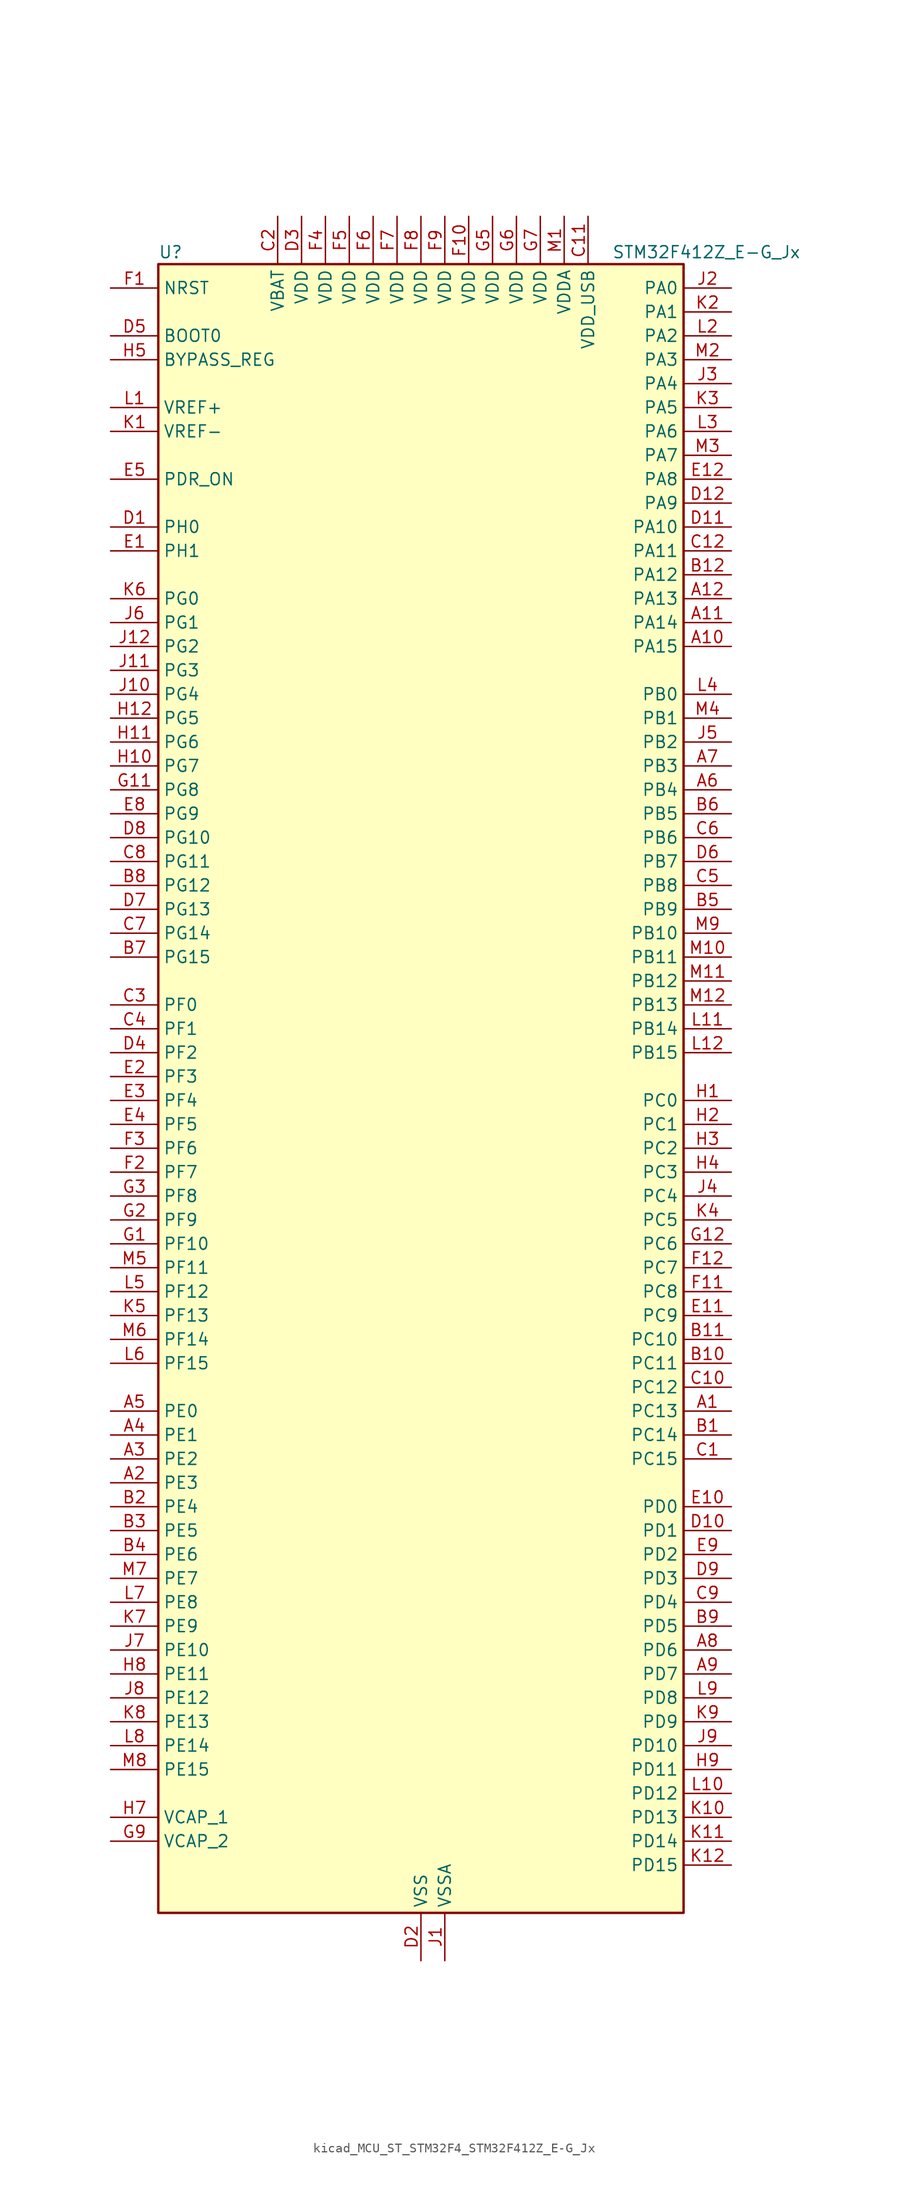
<source format=kicad_sym>
(kicad_symbol_lib
  (version 20220914)
  (generator kicad_symbol_editor)
  (symbol "kicad_MCU_ST_STM32F4_STM32F412Z_E-G_Jx"
    (property "Reference" "U"
      (at -27.94 90.17 0)
      (effects (font (size 1.27 1.27)) (justify left)))
    (property "Value" "STM32F412Z_E-G_Jx"
      (at 20.32 90.17 0)
      (effects (font (size 1.27 1.27)) (justify left)))
    (property "ki_locked" ""
      (at 0 0 0)
      (effects (font (size 1.27 1.27))))
    (symbol "kicad_MCU_ST_STM32F4_STM32F412Z_E-G_Jx_0_1"
      (rectangle (start -27.94 -86.36) (end 27.94 88.9) (stroke (width 0.254) (type default)) (fill (type background))))
    (symbol "kicad_MCU_ST_STM32F4_STM32F412Z_E-G_Jx_1_1"
      (pin bidirectional line (at 33.02 -33.02 180) (length 5.08) (name "PC13" (effects (font (size 1.27 1.27)))) (number "A1" (effects (font (size 1.27 1.27)))) (alternate "RTC_AF1" bidirectional line))
      (pin bidirectional line (at 33.02 48.26 180) (length 5.08) (name "PA15" (effects (font (size 1.27 1.27)))) (number "A10" (effects (font (size 1.27 1.27)))) (alternate "ADC1_EXTI15" bidirectional line) (alternate "I2S1_WS" bidirectional line) (alternate "I2S3_WS" bidirectional line) (alternate "SPI1_NSS" bidirectional line) (alternate "SPI3_NSS" bidirectional line) (alternate "SYS_JTDI" bidirectional line) (alternate "TIM2_CH1" bidirectional line) (alternate "TIM2_ETR" bidirectional line) (alternate "USART1_TX" bidirectional line))
      (pin bidirectional line (at 33.02 50.8 180) (length 5.08) (name "PA14" (effects (font (size 1.27 1.27)))) (number "A11" (effects (font (size 1.27 1.27)))) (alternate "SYS_JTCK-SWCLK" bidirectional line))
      (pin bidirectional line (at 33.02 53.34 180) (length 5.08) (name "PA13" (effects (font (size 1.27 1.27)))) (number "A12" (effects (font (size 1.27 1.27)))) (alternate "SYS_JTMS-SWDIO" bidirectional line))
      (pin bidirectional line (at -33.02 -40.64 0) (length 5.08) (name "PE3" (effects (font (size 1.27 1.27)))) (number "A2" (effects (font (size 1.27 1.27)))) (alternate "FSMC_A19" bidirectional line) (alternate "SYS_TRACED0" bidirectional line))
      (pin bidirectional line (at -33.02 -38.1 0) (length 5.08) (name "PE2" (effects (font (size 1.27 1.27)))) (number "A3" (effects (font (size 1.27 1.27)))) (alternate "FSMC_A23" bidirectional line) (alternate "I2S4_CK" bidirectional line) (alternate "I2S5_CK" bidirectional line) (alternate "QUADSPI_BK1_IO2" bidirectional line) (alternate "SPI4_SCK" bidirectional line) (alternate "SPI5_SCK" bidirectional line) (alternate "SYS_TRACECLK" bidirectional line))
      (pin bidirectional line (at -33.02 -35.56 0) (length 5.08) (name "PE1" (effects (font (size 1.27 1.27)))) (number "A4" (effects (font (size 1.27 1.27)))) (alternate "FSMC_NBL1" bidirectional line))
      (pin bidirectional line (at -33.02 -33.02 0) (length 5.08) (name "PE0" (effects (font (size 1.27 1.27)))) (number "A5" (effects (font (size 1.27 1.27)))) (alternate "FSMC_NBL0" bidirectional line) (alternate "TIM4_ETR" bidirectional line))
      (pin bidirectional line (at 33.02 33.02 180) (length 5.08) (name "PB4" (effects (font (size 1.27 1.27)))) (number "A6" (effects (font (size 1.27 1.27)))) (alternate "I2C3_SDA" bidirectional line) (alternate "I2S3_ext_SD" bidirectional line) (alternate "SDIO_D0" bidirectional line) (alternate "SPI1_MISO" bidirectional line) (alternate "SPI3_MISO" bidirectional line) (alternate "SYS_JTRST" bidirectional line) (alternate "TIM3_CH1" bidirectional line))
      (pin bidirectional line (at 33.02 35.56 180) (length 5.08) (name "PB3" (effects (font (size 1.27 1.27)))) (number "A7" (effects (font (size 1.27 1.27)))) (alternate "FMPI2C1_SDA" bidirectional line) (alternate "I2C2_SDA" bidirectional line) (alternate "I2S1_CK" bidirectional line) (alternate "I2S3_CK" bidirectional line) (alternate "SPI1_SCK" bidirectional line) (alternate "SPI3_SCK" bidirectional line) (alternate "SYS_JTDO-SWO" bidirectional line) (alternate "TIM2_CH2" bidirectional line) (alternate "USART1_RX" bidirectional line))
      (pin bidirectional line (at 33.02 -58.42 180) (length 5.08) (name "PD6" (effects (font (size 1.27 1.27)))) (number "A8" (effects (font (size 1.27 1.27)))) (alternate "DFSDM1_DATIN1" bidirectional line) (alternate "FSMC_NWAIT" bidirectional line) (alternate "I2S3_SD" bidirectional line) (alternate "SPI3_MOSI" bidirectional line) (alternate "USART2_RX" bidirectional line))
      (pin bidirectional line (at 33.02 -60.96 180) (length 5.08) (name "PD7" (effects (font (size 1.27 1.27)))) (number "A9" (effects (font (size 1.27 1.27)))) (alternate "DFSDM1_CKIN1" bidirectional line) (alternate "FSMC_NE1" bidirectional line) (alternate "USART2_CK" bidirectional line))
      (pin bidirectional line (at 33.02 -35.56 180) (length 5.08) (name "PC14" (effects (font (size 1.27 1.27)))) (number "B1" (effects (font (size 1.27 1.27)))) (alternate "RCC_OSC32_IN" bidirectional line))
      (pin bidirectional line (at 33.02 -27.94 180) (length 5.08) (name "PC11" (effects (font (size 1.27 1.27)))) (number "B10" (effects (font (size 1.27 1.27)))) (alternate "ADC1_EXTI11" bidirectional line) (alternate "FSMC_D2" bidirectional line) (alternate "FSMC_DA2" bidirectional line) (alternate "I2S3_ext_SD" bidirectional line) (alternate "QUADSPI_BK2_NCS" bidirectional line) (alternate "SDIO_D3" bidirectional line) (alternate "SPI3_MISO" bidirectional line) (alternate "USART3_RX" bidirectional line))
      (pin bidirectional line (at 33.02 -25.4 180) (length 5.08) (name "PC10" (effects (font (size 1.27 1.27)))) (number "B11" (effects (font (size 1.27 1.27)))) (alternate "I2S3_CK" bidirectional line) (alternate "QUADSPI_BK1_IO1" bidirectional line) (alternate "SDIO_D2" bidirectional line) (alternate "SPI3_SCK" bidirectional line) (alternate "USART3_TX" bidirectional line))
      (pin bidirectional line (at 33.02 55.88 180) (length 5.08) (name "PA12" (effects (font (size 1.27 1.27)))) (number "B12" (effects (font (size 1.27 1.27)))) (alternate "CAN1_TX" bidirectional line) (alternate "SPI5_MISO" bidirectional line) (alternate "TIM1_ETR" bidirectional line) (alternate "USART1_RTS" bidirectional line) (alternate "USART6_RX" bidirectional line) (alternate "USB_OTG_FS_DP" bidirectional line))
      (pin bidirectional line (at -33.02 -43.18 0) (length 5.08) (name "PE4" (effects (font (size 1.27 1.27)))) (number "B2" (effects (font (size 1.27 1.27)))) (alternate "DFSDM1_DATIN3" bidirectional line) (alternate "FSMC_A20" bidirectional line) (alternate "I2S4_WS" bidirectional line) (alternate "I2S5_WS" bidirectional line) (alternate "SPI4_NSS" bidirectional line) (alternate "SPI5_NSS" bidirectional line) (alternate "SYS_TRACED1" bidirectional line))
      (pin bidirectional line (at -33.02 -45.72 0) (length 5.08) (name "PE5" (effects (font (size 1.27 1.27)))) (number "B3" (effects (font (size 1.27 1.27)))) (alternate "DFSDM1_CKIN3" bidirectional line) (alternate "FSMC_A21" bidirectional line) (alternate "SPI4_MISO" bidirectional line) (alternate "SPI5_MISO" bidirectional line) (alternate "SYS_TRACED2" bidirectional line) (alternate "TIM9_CH1" bidirectional line))
      (pin bidirectional line (at -33.02 -48.26 0) (length 5.08) (name "PE6" (effects (font (size 1.27 1.27)))) (number "B4" (effects (font (size 1.27 1.27)))) (alternate "FSMC_A22" bidirectional line) (alternate "I2S4_SD" bidirectional line) (alternate "I2S5_SD" bidirectional line) (alternate "SPI4_MOSI" bidirectional line) (alternate "SPI5_MOSI" bidirectional line) (alternate "SYS_TRACED3" bidirectional line) (alternate "TIM9_CH2" bidirectional line))
      (pin bidirectional line (at 33.02 20.32 180) (length 5.08) (name "PB9" (effects (font (size 1.27 1.27)))) (number "B5" (effects (font (size 1.27 1.27)))) (alternate "CAN1_TX" bidirectional line) (alternate "I2C1_SDA" bidirectional line) (alternate "I2C2_SDA" bidirectional line) (alternate "I2S2_WS" bidirectional line) (alternate "SDIO_D5" bidirectional line) (alternate "SPI2_NSS" bidirectional line) (alternate "TIM11_CH1" bidirectional line) (alternate "TIM4_CH4" bidirectional line))
      (pin bidirectional line (at 33.02 30.48 180) (length 5.08) (name "PB5" (effects (font (size 1.27 1.27)))) (number "B6" (effects (font (size 1.27 1.27)))) (alternate "CAN2_RX" bidirectional line) (alternate "I2C1_SMBA" bidirectional line) (alternate "I2S1_SD" bidirectional line) (alternate "I2S3_SD" bidirectional line) (alternate "SDIO_D3" bidirectional line) (alternate "SPI1_MOSI" bidirectional line) (alternate "SPI3_MOSI" bidirectional line) (alternate "TIM3_CH2" bidirectional line))
      (pin bidirectional line (at -33.02 15.24 0) (length 5.08) (name "PG15" (effects (font (size 1.27 1.27)))) (number "B7" (effects (font (size 1.27 1.27)))) (alternate "ADC1_EXTI15" bidirectional line) (alternate "USART6_CTS" bidirectional line))
      (pin bidirectional line (at -33.02 22.86 0) (length 5.08) (name "PG12" (effects (font (size 1.27 1.27)))) (number "B8" (effects (font (size 1.27 1.27)))) (alternate "CAN2_TX" bidirectional line) (alternate "FSMC_NE4" bidirectional line) (alternate "USART6_RTS" bidirectional line))
      (pin bidirectional line (at 33.02 -55.88 180) (length 5.08) (name "PD5" (effects (font (size 1.27 1.27)))) (number "B9" (effects (font (size 1.27 1.27)))) (alternate "FSMC_NWE" bidirectional line) (alternate "USART2_TX" bidirectional line))
      (pin bidirectional line (at 33.02 -38.1 180) (length 5.08) (name "PC15" (effects (font (size 1.27 1.27)))) (number "C1" (effects (font (size 1.27 1.27)))) (alternate "ADC1_EXTI15" bidirectional line) (alternate "RCC_OSC32_OUT" bidirectional line))
      (pin bidirectional line (at 33.02 -30.48 180) (length 5.08) (name "PC12" (effects (font (size 1.27 1.27)))) (number "C10" (effects (font (size 1.27 1.27)))) (alternate "FSMC_D3" bidirectional line) (alternate "FSMC_DA3" bidirectional line) (alternate "I2S3_SD" bidirectional line) (alternate "SDIO_CK" bidirectional line) (alternate "SPI3_MOSI" bidirectional line) (alternate "USART3_CK" bidirectional line))
      (pin power_in line (at 17.78 93.98 270) (length 5.08) (name "VDD_USB" (effects (font (size 1.27 1.27)))) (number "C11" (effects (font (size 1.27 1.27)))))
      (pin bidirectional line (at 33.02 58.42 180) (length 5.08) (name "PA11" (effects (font (size 1.27 1.27)))) (number "C12" (effects (font (size 1.27 1.27)))) (alternate "ADC1_EXTI11" bidirectional line) (alternate "CAN1_RX" bidirectional line) (alternate "SPI4_MISO" bidirectional line) (alternate "TIM1_CH4" bidirectional line) (alternate "USART1_CTS" bidirectional line) (alternate "USART6_TX" bidirectional line) (alternate "USB_OTG_FS_DM" bidirectional line))
      (pin power_in line (at -15.24 93.98 270) (length 5.08) (name "VBAT" (effects (font (size 1.27 1.27)))) (number "C2" (effects (font (size 1.27 1.27)))))
      (pin bidirectional line (at -33.02 10.16 0) (length 5.08) (name "PF0" (effects (font (size 1.27 1.27)))) (number "C3" (effects (font (size 1.27 1.27)))) (alternate "FSMC_A0" bidirectional line) (alternate "I2C2_SDA" bidirectional line))
      (pin bidirectional line (at -33.02 7.62 0) (length 5.08) (name "PF1" (effects (font (size 1.27 1.27)))) (number "C4" (effects (font (size 1.27 1.27)))) (alternate "FSMC_A1" bidirectional line) (alternate "I2C2_SCL" bidirectional line))
      (pin bidirectional line (at 33.02 22.86 180) (length 5.08) (name "PB8" (effects (font (size 1.27 1.27)))) (number "C5" (effects (font (size 1.27 1.27)))) (alternate "CAN1_RX" bidirectional line) (alternate "I2C1_SCL" bidirectional line) (alternate "I2C3_SDA" bidirectional line) (alternate "I2S5_SD" bidirectional line) (alternate "SDIO_D4" bidirectional line) (alternate "SPI5_MOSI" bidirectional line) (alternate "TIM10_CH1" bidirectional line) (alternate "TIM4_CH3" bidirectional line))
      (pin bidirectional line (at 33.02 27.94 180) (length 5.08) (name "PB6" (effects (font (size 1.27 1.27)))) (number "C6" (effects (font (size 1.27 1.27)))) (alternate "CAN2_TX" bidirectional line) (alternate "I2C1_SCL" bidirectional line) (alternate "QUADSPI_BK1_NCS" bidirectional line) (alternate "SDIO_D0" bidirectional line) (alternate "TIM4_CH1" bidirectional line) (alternate "USART1_TX" bidirectional line))
      (pin bidirectional line (at -33.02 17.78 0) (length 5.08) (name "PG14" (effects (font (size 1.27 1.27)))) (number "C7" (effects (font (size 1.27 1.27)))) (alternate "FSMC_A25" bidirectional line) (alternate "QUADSPI_BK2_IO3" bidirectional line) (alternate "SYS_TRACED3" bidirectional line) (alternate "USART6_TX" bidirectional line))
      (pin bidirectional line (at -33.02 25.4 0) (length 5.08) (name "PG11" (effects (font (size 1.27 1.27)))) (number "C8" (effects (font (size 1.27 1.27)))) (alternate "ADC1_EXTI11" bidirectional line) (alternate "CAN2_RX" bidirectional line))
      (pin bidirectional line (at 33.02 -53.34 180) (length 5.08) (name "PD4" (effects (font (size 1.27 1.27)))) (number "C9" (effects (font (size 1.27 1.27)))) (alternate "DFSDM1_CKIN0" bidirectional line) (alternate "FSMC_NOE" bidirectional line) (alternate "USART2_RTS" bidirectional line))
      (pin bidirectional line (at -33.02 60.96 0) (length 5.08) (name "PH0" (effects (font (size 1.27 1.27)))) (number "D1" (effects (font (size 1.27 1.27)))) (alternate "RCC_OSC_IN" bidirectional line))
      (pin bidirectional line (at 33.02 -45.72 180) (length 5.08) (name "PD1" (effects (font (size 1.27 1.27)))) (number "D10" (effects (font (size 1.27 1.27)))) (alternate "CAN1_TX" bidirectional line) (alternate "FSMC_D3" bidirectional line) (alternate "FSMC_DA3" bidirectional line))
      (pin bidirectional line (at 33.02 60.96 180) (length 5.08) (name "PA10" (effects (font (size 1.27 1.27)))) (number "D11" (effects (font (size 1.27 1.27)))) (alternate "I2S5_SD" bidirectional line) (alternate "SPI5_MOSI" bidirectional line) (alternate "TIM1_CH3" bidirectional line) (alternate "USART1_RX" bidirectional line) (alternate "USB_OTG_FS_ID" bidirectional line))
      (pin bidirectional line (at 33.02 63.5 180) (length 5.08) (name "PA9" (effects (font (size 1.27 1.27)))) (number "D12" (effects (font (size 1.27 1.27)))) (alternate "I2C3_SMBA" bidirectional line) (alternate "SDIO_D2" bidirectional line) (alternate "TIM1_CH2" bidirectional line) (alternate "USART1_TX" bidirectional line) (alternate "USB_OTG_FS_VBUS" bidirectional line))
      (pin power_in line (at 0 -91.44 90) (length 5.08) (name "VSS" (effects (font (size 1.27 1.27)))) (number "D2" (effects (font (size 1.27 1.27)))))
      (pin power_in line (at -12.7 93.98 270) (length 5.08) (name "VDD" (effects (font (size 1.27 1.27)))) (number "D3" (effects (font (size 1.27 1.27)))))
      (pin bidirectional line (at -33.02 5.08 0) (length 5.08) (name "PF2" (effects (font (size 1.27 1.27)))) (number "D4" (effects (font (size 1.27 1.27)))) (alternate "FSMC_A2" bidirectional line) (alternate "I2C2_SMBA" bidirectional line))
      (pin input line (at -33.02 81.28 0) (length 5.08) (name "BOOT0" (effects (font (size 1.27 1.27)))) (number "D5" (effects (font (size 1.27 1.27)))))
      (pin bidirectional line (at 33.02 25.4 180) (length 5.08) (name "PB7" (effects (font (size 1.27 1.27)))) (number "D6" (effects (font (size 1.27 1.27)))) (alternate "FSMC_NL" bidirectional line) (alternate "I2C1_SDA" bidirectional line) (alternate "TIM4_CH2" bidirectional line) (alternate "USART1_RX" bidirectional line))
      (pin bidirectional line (at -33.02 20.32 0) (length 5.08) (name "PG13" (effects (font (size 1.27 1.27)))) (number "D7" (effects (font (size 1.27 1.27)))) (alternate "FSMC_A24" bidirectional line) (alternate "SYS_TRACED2" bidirectional line) (alternate "USART6_CTS" bidirectional line))
      (pin bidirectional line (at -33.02 27.94 0) (length 5.08) (name "PG10" (effects (font (size 1.27 1.27)))) (number "D8" (effects (font (size 1.27 1.27)))) (alternate "FSMC_NE3" bidirectional line))
      (pin bidirectional line (at 33.02 -50.8 180) (length 5.08) (name "PD3" (effects (font (size 1.27 1.27)))) (number "D9" (effects (font (size 1.27 1.27)))) (alternate "DFSDM1_DATIN0" bidirectional line) (alternate "FSMC_CLK" bidirectional line) (alternate "I2S2_CK" bidirectional line) (alternate "QUADSPI_CLK" bidirectional line) (alternate "SPI2_SCK" bidirectional line) (alternate "SYS_TRACED1" bidirectional line) (alternate "USART2_CTS" bidirectional line))
      (pin bidirectional line (at -33.02 58.42 0) (length 5.08) (name "PH1" (effects (font (size 1.27 1.27)))) (number "E1" (effects (font (size 1.27 1.27)))) (alternate "RCC_OSC_OUT" bidirectional line))
      (pin bidirectional line (at 33.02 -43.18 180) (length 5.08) (name "PD0" (effects (font (size 1.27 1.27)))) (number "E10" (effects (font (size 1.27 1.27)))) (alternate "CAN1_RX" bidirectional line) (alternate "FSMC_D2" bidirectional line) (alternate "FSMC_DA2" bidirectional line))
      (pin bidirectional line (at 33.02 -22.86 180) (length 5.08) (name "PC9" (effects (font (size 1.27 1.27)))) (number "E11" (effects (font (size 1.27 1.27)))) (alternate "I2C3_SDA" bidirectional line) (alternate "I2S_CKIN" bidirectional line) (alternate "QUADSPI_BK1_IO0" bidirectional line) (alternate "RCC_MCO_2" bidirectional line) (alternate "SDIO_D1" bidirectional line) (alternate "TIM3_CH4" bidirectional line) (alternate "TIM8_CH4" bidirectional line))
      (pin bidirectional line (at 33.02 66.04 180) (length 5.08) (name "PA8" (effects (font (size 1.27 1.27)))) (number "E12" (effects (font (size 1.27 1.27)))) (alternate "I2C3_SCL" bidirectional line) (alternate "RCC_MCO_1" bidirectional line) (alternate "SDIO_D1" bidirectional line) (alternate "TIM1_CH1" bidirectional line) (alternate "USART1_CK" bidirectional line) (alternate "USB_OTG_FS_SOF" bidirectional line))
      (pin bidirectional line (at -33.02 2.54 0) (length 5.08) (name "PF3" (effects (font (size 1.27 1.27)))) (number "E2" (effects (font (size 1.27 1.27)))) (alternate "FSMC_A3" bidirectional line) (alternate "TIM5_CH1" bidirectional line))
      (pin bidirectional line (at -33.02 0 0) (length 5.08) (name "PF4" (effects (font (size 1.27 1.27)))) (number "E3" (effects (font (size 1.27 1.27)))) (alternate "FSMC_A4" bidirectional line) (alternate "TIM5_CH2" bidirectional line))
      (pin bidirectional line (at -33.02 -2.54 0) (length 5.08) (name "PF5" (effects (font (size 1.27 1.27)))) (number "E4" (effects (font (size 1.27 1.27)))) (alternate "FSMC_A5" bidirectional line) (alternate "TIM5_CH3" bidirectional line))
      (pin input line (at -33.02 66.04 0) (length 5.08) (name "PDR_ON" (effects (font (size 1.27 1.27)))) (number "E5" (effects (font (size 1.27 1.27)))))
      (pin passive line (at 0 -91.44 90) (length 5.08) hide (name "VSS" (effects (font (size 1.27 1.27)))) (number "E6" (effects (font (size 1.27 1.27)))))
      (pin passive line (at 0 -91.44 90) (length 5.08) hide (name "VSS" (effects (font (size 1.27 1.27)))) (number "E7" (effects (font (size 1.27 1.27)))))
      (pin bidirectional line (at -33.02 30.48 0) (length 5.08) (name "PG9" (effects (font (size 1.27 1.27)))) (number "E8" (effects (font (size 1.27 1.27)))) (alternate "FSMC_NE2" bidirectional line) (alternate "QUADSPI_BK2_IO2" bidirectional line) (alternate "USART6_RX" bidirectional line))
      (pin bidirectional line (at 33.02 -48.26 180) (length 5.08) (name "PD2" (effects (font (size 1.27 1.27)))) (number "E9" (effects (font (size 1.27 1.27)))) (alternate "FSMC_NWE" bidirectional line) (alternate "SDIO_CMD" bidirectional line) (alternate "TIM3_ETR" bidirectional line))
      (pin input line (at -33.02 86.36 0) (length 5.08) (name "NRST" (effects (font (size 1.27 1.27)))) (number "F1" (effects (font (size 1.27 1.27)))))
      (pin power_in line (at 5.08 93.98 270) (length 5.08) (name "VDD" (effects (font (size 1.27 1.27)))) (number "F10" (effects (font (size 1.27 1.27)))))
      (pin bidirectional line (at 33.02 -20.32 180) (length 5.08) (name "PC8" (effects (font (size 1.27 1.27)))) (number "F11" (effects (font (size 1.27 1.27)))) (alternate "QUADSPI_BK1_IO2" bidirectional line) (alternate "SDIO_D0" bidirectional line) (alternate "TIM3_CH3" bidirectional line) (alternate "TIM8_CH3" bidirectional line) (alternate "USART6_CK" bidirectional line))
      (pin bidirectional line (at 33.02 -17.78 180) (length 5.08) (name "PC7" (effects (font (size 1.27 1.27)))) (number "F12" (effects (font (size 1.27 1.27)))) (alternate "DFSDM1_DATIN3" bidirectional line) (alternate "FMPI2C1_SDA" bidirectional line) (alternate "I2S2_CK" bidirectional line) (alternate "I2S3_MCK" bidirectional line) (alternate "SDIO_D7" bidirectional line) (alternate "SPI2_SCK" bidirectional line) (alternate "TIM3_CH2" bidirectional line) (alternate "TIM8_CH2" bidirectional line) (alternate "USART6_RX" bidirectional line))
      (pin bidirectional line (at -33.02 -7.62 0) (length 5.08) (name "PF7" (effects (font (size 1.27 1.27)))) (number "F2" (effects (font (size 1.27 1.27)))) (alternate "QUADSPI_BK1_IO2" bidirectional line) (alternate "SYS_TRACED1" bidirectional line) (alternate "TIM11_CH1" bidirectional line))
      (pin bidirectional line (at -33.02 -5.08 0) (length 5.08) (name "PF6" (effects (font (size 1.27 1.27)))) (number "F3" (effects (font (size 1.27 1.27)))) (alternate "QUADSPI_BK1_IO3" bidirectional line) (alternate "SYS_TRACED0" bidirectional line) (alternate "TIM10_CH1" bidirectional line))
      (pin power_in line (at -10.16 93.98 270) (length 5.08) (name "VDD" (effects (font (size 1.27 1.27)))) (number "F4" (effects (font (size 1.27 1.27)))))
      (pin power_in line (at -7.62 93.98 270) (length 5.08) (name "VDD" (effects (font (size 1.27 1.27)))) (number "F5" (effects (font (size 1.27 1.27)))))
      (pin power_in line (at -5.08 93.98 270) (length 5.08) (name "VDD" (effects (font (size 1.27 1.27)))) (number "F6" (effects (font (size 1.27 1.27)))))
      (pin power_in line (at -2.54 93.98 270) (length 5.08) (name "VDD" (effects (font (size 1.27 1.27)))) (number "F7" (effects (font (size 1.27 1.27)))))
      (pin power_in line (at 0 93.98 270) (length 5.08) (name "VDD" (effects (font (size 1.27 1.27)))) (number "F8" (effects (font (size 1.27 1.27)))))
      (pin power_in line (at 2.54 93.98 270) (length 5.08) (name "VDD" (effects (font (size 1.27 1.27)))) (number "F9" (effects (font (size 1.27 1.27)))))
      (pin bidirectional line (at -33.02 -15.24 0) (length 5.08) (name "PF10" (effects (font (size 1.27 1.27)))) (number "G1" (effects (font (size 1.27 1.27)))) (alternate "TIM1_ETR" bidirectional line) (alternate "TIM5_CH4" bidirectional line))
      (pin passive line (at 0 -91.44 90) (length 5.08) hide (name "VSS" (effects (font (size 1.27 1.27)))) (number "G10" (effects (font (size 1.27 1.27)))))
      (pin bidirectional line (at -33.02 33.02 0) (length 5.08) (name "PG8" (effects (font (size 1.27 1.27)))) (number "G11" (effects (font (size 1.27 1.27)))) (alternate "USART6_RTS" bidirectional line))
      (pin bidirectional line (at 33.02 -15.24 180) (length 5.08) (name "PC6" (effects (font (size 1.27 1.27)))) (number "G12" (effects (font (size 1.27 1.27)))) (alternate "DFSDM1_CKIN3" bidirectional line) (alternate "FMPI2C1_SCL" bidirectional line) (alternate "FSMC_D1" bidirectional line) (alternate "FSMC_DA1" bidirectional line) (alternate "I2S2_MCK" bidirectional line) (alternate "SDIO_D6" bidirectional line) (alternate "TIM3_CH1" bidirectional line) (alternate "TIM8_CH1" bidirectional line) (alternate "USART6_TX" bidirectional line))
      (pin bidirectional line (at -33.02 -12.7 0) (length 5.08) (name "PF9" (effects (font (size 1.27 1.27)))) (number "G2" (effects (font (size 1.27 1.27)))) (alternate "QUADSPI_BK1_IO1" bidirectional line) (alternate "TIM14_CH1" bidirectional line))
      (pin bidirectional line (at -33.02 -10.16 0) (length 5.08) (name "PF8" (effects (font (size 1.27 1.27)))) (number "G3" (effects (font (size 1.27 1.27)))) (alternate "QUADSPI_BK1_IO0" bidirectional line) (alternate "TIM13_CH1" bidirectional line))
      (pin passive line (at 0 -91.44 90) (length 5.08) hide (name "VSS" (effects (font (size 1.27 1.27)))) (number "G4" (effects (font (size 1.27 1.27)))))
      (pin power_in line (at 7.62 93.98 270) (length 5.08) (name "VDD" (effects (font (size 1.27 1.27)))) (number "G5" (effects (font (size 1.27 1.27)))))
      (pin power_in line (at 10.16 93.98 270) (length 5.08) (name "VDD" (effects (font (size 1.27 1.27)))) (number "G6" (effects (font (size 1.27 1.27)))))
      (pin power_in line (at 12.7 93.98 270) (length 5.08) (name "VDD" (effects (font (size 1.27 1.27)))) (number "G7" (effects (font (size 1.27 1.27)))))
      (pin passive line (at 0 -91.44 90) (length 5.08) hide (name "VSS" (effects (font (size 1.27 1.27)))) (number "G8" (effects (font (size 1.27 1.27)))))
      (pin power_out line (at -33.02 -78.74 0) (length 5.08) (name "VCAP_2" (effects (font (size 1.27 1.27)))) (number "G9" (effects (font (size 1.27 1.27)))))
      (pin bidirectional line (at 33.02 0 180) (length 5.08) (name "PC0" (effects (font (size 1.27 1.27)))) (number "H1" (effects (font (size 1.27 1.27)))) (alternate "ADC1_IN10" bidirectional line) (alternate "SYS_WKUP2" bidirectional line))
      (pin bidirectional line (at -33.02 35.56 0) (length 5.08) (name "PG7" (effects (font (size 1.27 1.27)))) (number "H10" (effects (font (size 1.27 1.27)))) (alternate "USART6_CK" bidirectional line))
      (pin bidirectional line (at -33.02 38.1 0) (length 5.08) (name "PG6" (effects (font (size 1.27 1.27)))) (number "H11" (effects (font (size 1.27 1.27)))) (alternate "QUADSPI_BK1_NCS" bidirectional line))
      (pin bidirectional line (at -33.02 40.64 0) (length 5.08) (name "PG5" (effects (font (size 1.27 1.27)))) (number "H12" (effects (font (size 1.27 1.27)))) (alternate "FSMC_A15" bidirectional line))
      (pin bidirectional line (at 33.02 -2.54 180) (length 5.08) (name "PC1" (effects (font (size 1.27 1.27)))) (number "H2" (effects (font (size 1.27 1.27)))) (alternate "ADC1_IN11" bidirectional line) (alternate "SYS_WKUP3" bidirectional line))
      (pin bidirectional line (at 33.02 -5.08 180) (length 5.08) (name "PC2" (effects (font (size 1.27 1.27)))) (number "H3" (effects (font (size 1.27 1.27)))) (alternate "ADC1_IN12" bidirectional line) (alternate "DFSDM1_CKOUT" bidirectional line) (alternate "FSMC_NWE" bidirectional line) (alternate "I2S2_ext_SD" bidirectional line) (alternate "SPI2_MISO" bidirectional line))
      (pin bidirectional line (at 33.02 -7.62 180) (length 5.08) (name "PC3" (effects (font (size 1.27 1.27)))) (number "H4" (effects (font (size 1.27 1.27)))) (alternate "ADC1_IN13" bidirectional line) (alternate "FSMC_A0" bidirectional line) (alternate "I2S2_SD" bidirectional line) (alternate "SPI2_MOSI" bidirectional line))
      (pin input line (at -33.02 78.74 0) (length 5.08) (name "BYPASS_REG" (effects (font (size 1.27 1.27)))) (number "H5" (effects (font (size 1.27 1.27)))))
      (pin passive line (at 0 -91.44 90) (length 5.08) hide (name "VSS" (effects (font (size 1.27 1.27)))) (number "H6" (effects (font (size 1.27 1.27)))))
      (pin power_out line (at -33.02 -76.2 0) (length 5.08) (name "VCAP_1" (effects (font (size 1.27 1.27)))) (number "H7" (effects (font (size 1.27 1.27)))))
      (pin bidirectional line (at -33.02 -60.96 0) (length 5.08) (name "PE11" (effects (font (size 1.27 1.27)))) (number "H8" (effects (font (size 1.27 1.27)))) (alternate "ADC1_EXTI11" bidirectional line) (alternate "FSMC_D8" bidirectional line) (alternate "FSMC_DA8" bidirectional line) (alternate "I2S4_WS" bidirectional line) (alternate "I2S5_WS" bidirectional line) (alternate "SPI4_NSS" bidirectional line) (alternate "SPI5_NSS" bidirectional line) (alternate "TIM1_CH2" bidirectional line))
      (pin bidirectional line (at 33.02 -71.12 180) (length 5.08) (name "PD11" (effects (font (size 1.27 1.27)))) (number "H9" (effects (font (size 1.27 1.27)))) (alternate "ADC1_EXTI11" bidirectional line) (alternate "FMPI2C1_SMBA" bidirectional line) (alternate "FSMC_A16" bidirectional line) (alternate "QUADSPI_BK1_IO0" bidirectional line) (alternate "USART3_CTS" bidirectional line))
      (pin power_in line (at 2.54 -91.44 90) (length 5.08) (name "VSSA" (effects (font (size 1.27 1.27)))) (number "J1" (effects (font (size 1.27 1.27)))))
      (pin bidirectional line (at -33.02 43.18 0) (length 5.08) (name "PG4" (effects (font (size 1.27 1.27)))) (number "J10" (effects (font (size 1.27 1.27)))) (alternate "FSMC_A14" bidirectional line))
      (pin bidirectional line (at -33.02 45.72 0) (length 5.08) (name "PG3" (effects (font (size 1.27 1.27)))) (number "J11" (effects (font (size 1.27 1.27)))) (alternate "FSMC_A13" bidirectional line))
      (pin bidirectional line (at -33.02 48.26 0) (length 5.08) (name "PG2" (effects (font (size 1.27 1.27)))) (number "J12" (effects (font (size 1.27 1.27)))) (alternate "FSMC_A12" bidirectional line))
      (pin bidirectional line (at 33.02 86.36 180) (length 5.08) (name "PA0" (effects (font (size 1.27 1.27)))) (number "J2" (effects (font (size 1.27 1.27)))) (alternate "ADC1_IN0" bidirectional line) (alternate "SYS_WKUP1" bidirectional line) (alternate "TIM2_CH1" bidirectional line) (alternate "TIM2_ETR" bidirectional line) (alternate "TIM5_CH1" bidirectional line) (alternate "TIM8_ETR" bidirectional line) (alternate "USART2_CTS" bidirectional line))
      (pin bidirectional line (at 33.02 76.2 180) (length 5.08) (name "PA4" (effects (font (size 1.27 1.27)))) (number "J3" (effects (font (size 1.27 1.27)))) (alternate "ADC1_IN4" bidirectional line) (alternate "DFSDM1_DATIN1" bidirectional line) (alternate "FSMC_D6" bidirectional line) (alternate "FSMC_DA6" bidirectional line) (alternate "I2S1_WS" bidirectional line) (alternate "I2S3_WS" bidirectional line) (alternate "SPI1_NSS" bidirectional line) (alternate "SPI3_NSS" bidirectional line) (alternate "USART2_CK" bidirectional line))
      (pin bidirectional line (at 33.02 -10.16 180) (length 5.08) (name "PC4" (effects (font (size 1.27 1.27)))) (number "J4" (effects (font (size 1.27 1.27)))) (alternate "ADC1_IN14" bidirectional line) (alternate "FSMC_NE4" bidirectional line) (alternate "I2S1_MCK" bidirectional line) (alternate "QUADSPI_BK2_IO2" bidirectional line))
      (pin bidirectional line (at 33.02 38.1 180) (length 5.08) (name "PB2" (effects (font (size 1.27 1.27)))) (number "J5" (effects (font (size 1.27 1.27)))) (alternate "DFSDM1_CKIN0" bidirectional line) (alternate "QUADSPI_CLK" bidirectional line))
      (pin bidirectional line (at -33.02 50.8 0) (length 5.08) (name "PG1" (effects (font (size 1.27 1.27)))) (number "J6" (effects (font (size 1.27 1.27)))) (alternate "CAN1_TX" bidirectional line) (alternate "FSMC_A11" bidirectional line))
      (pin bidirectional line (at -33.02 -58.42 0) (length 5.08) (name "PE10" (effects (font (size 1.27 1.27)))) (number "J7" (effects (font (size 1.27 1.27)))) (alternate "FSMC_D7" bidirectional line) (alternate "FSMC_DA7" bidirectional line) (alternate "QUADSPI_BK2_IO3" bidirectional line) (alternate "TIM1_CH2N" bidirectional line))
      (pin bidirectional line (at -33.02 -63.5 0) (length 5.08) (name "PE12" (effects (font (size 1.27 1.27)))) (number "J8" (effects (font (size 1.27 1.27)))) (alternate "FSMC_D9" bidirectional line) (alternate "FSMC_DA9" bidirectional line) (alternate "I2S4_CK" bidirectional line) (alternate "I2S5_CK" bidirectional line) (alternate "SPI4_SCK" bidirectional line) (alternate "SPI5_SCK" bidirectional line) (alternate "TIM1_CH3N" bidirectional line))
      (pin bidirectional line (at 33.02 -68.58 180) (length 5.08) (name "PD10" (effects (font (size 1.27 1.27)))) (number "J9" (effects (font (size 1.27 1.27)))) (alternate "FSMC_D15" bidirectional line) (alternate "FSMC_DA15" bidirectional line) (alternate "USART3_CK" bidirectional line))
      (pin input line (at -33.02 71.12 0) (length 5.08) (name "VREF-" (effects (font (size 1.27 1.27)))) (number "K1" (effects (font (size 1.27 1.27)))))
      (pin bidirectional line (at 33.02 -76.2 180) (length 5.08) (name "PD13" (effects (font (size 1.27 1.27)))) (number "K10" (effects (font (size 1.27 1.27)))) (alternate "FMPI2C1_SDA" bidirectional line) (alternate "FSMC_A18" bidirectional line) (alternate "QUADSPI_BK1_IO3" bidirectional line) (alternate "TIM4_CH2" bidirectional line))
      (pin bidirectional line (at 33.02 -78.74 180) (length 5.08) (name "PD14" (effects (font (size 1.27 1.27)))) (number "K11" (effects (font (size 1.27 1.27)))) (alternate "FMPI2C1_SCL" bidirectional line) (alternate "FSMC_D0" bidirectional line) (alternate "FSMC_DA0" bidirectional line) (alternate "TIM4_CH3" bidirectional line))
      (pin bidirectional line (at 33.02 -81.28 180) (length 5.08) (name "PD15" (effects (font (size 1.27 1.27)))) (number "K12" (effects (font (size 1.27 1.27)))) (alternate "ADC1_EXTI15" bidirectional line) (alternate "FMPI2C1_SDA" bidirectional line) (alternate "FSMC_D1" bidirectional line) (alternate "FSMC_DA1" bidirectional line) (alternate "TIM4_CH4" bidirectional line))
      (pin bidirectional line (at 33.02 83.82 180) (length 5.08) (name "PA1" (effects (font (size 1.27 1.27)))) (number "K2" (effects (font (size 1.27 1.27)))) (alternate "ADC1_IN1" bidirectional line) (alternate "I2S4_SD" bidirectional line) (alternate "QUADSPI_BK1_IO3" bidirectional line) (alternate "SPI4_MOSI" bidirectional line) (alternate "TIM2_CH2" bidirectional line) (alternate "TIM5_CH2" bidirectional line) (alternate "USART2_RTS" bidirectional line))
      (pin bidirectional line (at 33.02 73.66 180) (length 5.08) (name "PA5" (effects (font (size 1.27 1.27)))) (number "K3" (effects (font (size 1.27 1.27)))) (alternate "ADC1_IN5" bidirectional line) (alternate "DFSDM1_CKIN1" bidirectional line) (alternate "FSMC_D7" bidirectional line) (alternate "FSMC_DA7" bidirectional line) (alternate "I2S1_CK" bidirectional line) (alternate "SPI1_SCK" bidirectional line) (alternate "TIM2_CH1" bidirectional line) (alternate "TIM2_ETR" bidirectional line) (alternate "TIM8_CH1N" bidirectional line))
      (pin bidirectional line (at 33.02 -12.7 180) (length 5.08) (name "PC5" (effects (font (size 1.27 1.27)))) (number "K4" (effects (font (size 1.27 1.27)))) (alternate "ADC1_IN15" bidirectional line) (alternate "FMPI2C1_SMBA" bidirectional line) (alternate "FSMC_NOE" bidirectional line) (alternate "QUADSPI_BK2_IO3" bidirectional line) (alternate "USART3_RX" bidirectional line))
      (pin bidirectional line (at -33.02 -22.86 0) (length 5.08) (name "PF13" (effects (font (size 1.27 1.27)))) (number "K5" (effects (font (size 1.27 1.27)))) (alternate "FMPI2C1_SMBA" bidirectional line) (alternate "FSMC_A7" bidirectional line))
      (pin bidirectional line (at -33.02 53.34 0) (length 5.08) (name "PG0" (effects (font (size 1.27 1.27)))) (number "K6" (effects (font (size 1.27 1.27)))) (alternate "CAN1_RX" bidirectional line) (alternate "FSMC_A10" bidirectional line))
      (pin bidirectional line (at -33.02 -55.88 0) (length 5.08) (name "PE9" (effects (font (size 1.27 1.27)))) (number "K7" (effects (font (size 1.27 1.27)))) (alternate "DFSDM1_CKOUT" bidirectional line) (alternate "FSMC_D6" bidirectional line) (alternate "FSMC_DA6" bidirectional line) (alternate "QUADSPI_BK2_IO2" bidirectional line) (alternate "TIM1_CH1" bidirectional line))
      (pin bidirectional line (at -33.02 -66.04 0) (length 5.08) (name "PE13" (effects (font (size 1.27 1.27)))) (number "K8" (effects (font (size 1.27 1.27)))) (alternate "FSMC_D10" bidirectional line) (alternate "FSMC_DA10" bidirectional line) (alternate "SPI4_MISO" bidirectional line) (alternate "SPI5_MISO" bidirectional line) (alternate "TIM1_CH3" bidirectional line))
      (pin bidirectional line (at 33.02 -66.04 180) (length 5.08) (name "PD9" (effects (font (size 1.27 1.27)))) (number "K9" (effects (font (size 1.27 1.27)))) (alternate "FSMC_D14" bidirectional line) (alternate "FSMC_DA14" bidirectional line) (alternate "USART3_RX" bidirectional line))
      (pin input line (at -33.02 73.66 0) (length 5.08) (name "VREF+" (effects (font (size 1.27 1.27)))) (number "L1" (effects (font (size 1.27 1.27)))))
      (pin bidirectional line (at 33.02 -73.66 180) (length 5.08) (name "PD12" (effects (font (size 1.27 1.27)))) (number "L10" (effects (font (size 1.27 1.27)))) (alternate "FMPI2C1_SCL" bidirectional line) (alternate "FSMC_A17" bidirectional line) (alternate "QUADSPI_BK1_IO1" bidirectional line) (alternate "TIM4_CH1" bidirectional line) (alternate "USART3_RTS" bidirectional line))
      (pin bidirectional line (at 33.02 7.62 180) (length 5.08) (name "PB14" (effects (font (size 1.27 1.27)))) (number "L11" (effects (font (size 1.27 1.27)))) (alternate "DFSDM1_DATIN2" bidirectional line) (alternate "FMPI2C1_SDA" bidirectional line) (alternate "FSMC_D0" bidirectional line) (alternate "FSMC_DA0" bidirectional line) (alternate "I2S2_ext_SD" bidirectional line) (alternate "SDIO_D6" bidirectional line) (alternate "SPI2_MISO" bidirectional line) (alternate "TIM12_CH1" bidirectional line) (alternate "TIM1_CH2N" bidirectional line) (alternate "TIM8_CH2N" bidirectional line) (alternate "USART3_RTS" bidirectional line))
      (pin bidirectional line (at 33.02 5.08 180) (length 5.08) (name "PB15" (effects (font (size 1.27 1.27)))) (number "L12" (effects (font (size 1.27 1.27)))) (alternate "ADC1_EXTI15" bidirectional line) (alternate "DFSDM1_CKIN2" bidirectional line) (alternate "FMPI2C1_SCL" bidirectional line) (alternate "I2S2_SD" bidirectional line) (alternate "RTC_REFIN" bidirectional line) (alternate "SDIO_CK" bidirectional line) (alternate "SPI2_MOSI" bidirectional line) (alternate "TIM12_CH2" bidirectional line) (alternate "TIM1_CH3N" bidirectional line) (alternate "TIM8_CH3N" bidirectional line))
      (pin bidirectional line (at 33.02 81.28 180) (length 5.08) (name "PA2" (effects (font (size 1.27 1.27)))) (number "L2" (effects (font (size 1.27 1.27)))) (alternate "ADC1_IN2" bidirectional line) (alternate "FSMC_D4" bidirectional line) (alternate "FSMC_DA4" bidirectional line) (alternate "I2S_CKIN" bidirectional line) (alternate "TIM2_CH3" bidirectional line) (alternate "TIM5_CH3" bidirectional line) (alternate "TIM9_CH1" bidirectional line) (alternate "USART2_TX" bidirectional line))
      (pin bidirectional line (at 33.02 71.12 180) (length 5.08) (name "PA6" (effects (font (size 1.27 1.27)))) (number "L3" (effects (font (size 1.27 1.27)))) (alternate "ADC1_IN6" bidirectional line) (alternate "I2S2_MCK" bidirectional line) (alternate "QUADSPI_BK2_IO0" bidirectional line) (alternate "SDIO_CMD" bidirectional line) (alternate "SPI1_MISO" bidirectional line) (alternate "TIM13_CH1" bidirectional line) (alternate "TIM1_BKIN" bidirectional line) (alternate "TIM3_CH1" bidirectional line) (alternate "TIM8_BKIN" bidirectional line))
      (pin bidirectional line (at 33.02 43.18 180) (length 5.08) (name "PB0" (effects (font (size 1.27 1.27)))) (number "L4" (effects (font (size 1.27 1.27)))) (alternate "ADC1_IN8" bidirectional line) (alternate "I2S5_CK" bidirectional line) (alternate "SPI5_SCK" bidirectional line) (alternate "TIM1_CH2N" bidirectional line) (alternate "TIM3_CH3" bidirectional line) (alternate "TIM8_CH2N" bidirectional line))
      (pin bidirectional line (at -33.02 -20.32 0) (length 5.08) (name "PF12" (effects (font (size 1.27 1.27)))) (number "L5" (effects (font (size 1.27 1.27)))) (alternate "FSMC_A6" bidirectional line) (alternate "TIM8_BKIN" bidirectional line))
      (pin bidirectional line (at -33.02 -27.94 0) (length 5.08) (name "PF15" (effects (font (size 1.27 1.27)))) (number "L6" (effects (font (size 1.27 1.27)))) (alternate "ADC1_EXTI15" bidirectional line) (alternate "FMPI2C1_SDA" bidirectional line) (alternate "FSMC_A9" bidirectional line))
      (pin bidirectional line (at -33.02 -53.34 0) (length 5.08) (name "PE8" (effects (font (size 1.27 1.27)))) (number "L7" (effects (font (size 1.27 1.27)))) (alternate "DFSDM1_CKIN2" bidirectional line) (alternate "FSMC_D5" bidirectional line) (alternate "FSMC_DA5" bidirectional line) (alternate "QUADSPI_BK2_IO1" bidirectional line) (alternate "TIM1_CH1N" bidirectional line))
      (pin bidirectional line (at -33.02 -68.58 0) (length 5.08) (name "PE14" (effects (font (size 1.27 1.27)))) (number "L8" (effects (font (size 1.27 1.27)))) (alternate "FSMC_D11" bidirectional line) (alternate "FSMC_DA11" bidirectional line) (alternate "I2S4_SD" bidirectional line) (alternate "I2S5_SD" bidirectional line) (alternate "SPI4_MOSI" bidirectional line) (alternate "SPI5_MOSI" bidirectional line) (alternate "TIM1_CH4" bidirectional line))
      (pin bidirectional line (at 33.02 -63.5 180) (length 5.08) (name "PD8" (effects (font (size 1.27 1.27)))) (number "L9" (effects (font (size 1.27 1.27)))) (alternate "FSMC_D13" bidirectional line) (alternate "FSMC_DA13" bidirectional line) (alternate "USART3_TX" bidirectional line))
      (pin power_in line (at 15.24 93.98 270) (length 5.08) (name "VDDA" (effects (font (size 1.27 1.27)))) (number "M1" (effects (font (size 1.27 1.27)))))
      (pin bidirectional line (at 33.02 15.24 180) (length 5.08) (name "PB11" (effects (font (size 1.27 1.27)))) (number "M10" (effects (font (size 1.27 1.27)))) (alternate "ADC1_EXTI11" bidirectional line) (alternate "I2C2_SDA" bidirectional line) (alternate "I2S_CKIN" bidirectional line) (alternate "TIM2_CH4" bidirectional line) (alternate "USART3_RX" bidirectional line))
      (pin bidirectional line (at 33.02 12.7 180) (length 5.08) (name "PB12" (effects (font (size 1.27 1.27)))) (number "M11" (effects (font (size 1.27 1.27)))) (alternate "CAN2_RX" bidirectional line) (alternate "DFSDM1_DATIN1" bidirectional line) (alternate "FSMC_D13" bidirectional line) (alternate "FSMC_DA13" bidirectional line) (alternate "I2C2_SMBA" bidirectional line) (alternate "I2S2_WS" bidirectional line) (alternate "I2S3_CK" bidirectional line) (alternate "I2S4_WS" bidirectional line) (alternate "SPI2_NSS" bidirectional line) (alternate "SPI3_SCK" bidirectional line) (alternate "SPI4_NSS" bidirectional line) (alternate "TIM1_BKIN" bidirectional line) (alternate "USART3_CK" bidirectional line))
      (pin bidirectional line (at 33.02 10.16 180) (length 5.08) (name "PB13" (effects (font (size 1.27 1.27)))) (number "M12" (effects (font (size 1.27 1.27)))) (alternate "CAN2_TX" bidirectional line) (alternate "DFSDM1_CKIN1" bidirectional line) (alternate "FMPI2C1_SMBA" bidirectional line) (alternate "I2S2_CK" bidirectional line) (alternate "I2S4_CK" bidirectional line) (alternate "SPI2_SCK" bidirectional line) (alternate "SPI4_SCK" bidirectional line) (alternate "TIM1_CH1N" bidirectional line) (alternate "USART3_CTS" bidirectional line))
      (pin bidirectional line (at 33.02 78.74 180) (length 5.08) (name "PA3" (effects (font (size 1.27 1.27)))) (number "M2" (effects (font (size 1.27 1.27)))) (alternate "ADC1_IN3" bidirectional line) (alternate "FSMC_D5" bidirectional line) (alternate "FSMC_DA5" bidirectional line) (alternate "I2S2_MCK" bidirectional line) (alternate "TIM2_CH4" bidirectional line) (alternate "TIM5_CH4" bidirectional line) (alternate "TIM9_CH2" bidirectional line) (alternate "USART2_RX" bidirectional line))
      (pin bidirectional line (at 33.02 68.58 180) (length 5.08) (name "PA7" (effects (font (size 1.27 1.27)))) (number "M3" (effects (font (size 1.27 1.27)))) (alternate "ADC1_IN7" bidirectional line) (alternate "I2S1_SD" bidirectional line) (alternate "QUADSPI_BK2_IO1" bidirectional line) (alternate "SPI1_MOSI" bidirectional line) (alternate "TIM14_CH1" bidirectional line) (alternate "TIM1_CH1N" bidirectional line) (alternate "TIM3_CH2" bidirectional line) (alternate "TIM8_CH1N" bidirectional line))
      (pin bidirectional line (at 33.02 40.64 180) (length 5.08) (name "PB1" (effects (font (size 1.27 1.27)))) (number "M4" (effects (font (size 1.27 1.27)))) (alternate "ADC1_IN9" bidirectional line) (alternate "DFSDM1_DATIN0" bidirectional line) (alternate "I2S5_WS" bidirectional line) (alternate "QUADSPI_CLK" bidirectional line) (alternate "SPI5_NSS" bidirectional line) (alternate "TIM1_CH3N" bidirectional line) (alternate "TIM3_CH4" bidirectional line) (alternate "TIM8_CH3N" bidirectional line))
      (pin bidirectional line (at -33.02 -17.78 0) (length 5.08) (name "PF11" (effects (font (size 1.27 1.27)))) (number "M5" (effects (font (size 1.27 1.27)))) (alternate "ADC1_EXTI11" bidirectional line) (alternate "TIM8_ETR" bidirectional line))
      (pin bidirectional line (at -33.02 -25.4 0) (length 5.08) (name "PF14" (effects (font (size 1.27 1.27)))) (number "M6" (effects (font (size 1.27 1.27)))) (alternate "FMPI2C1_SCL" bidirectional line) (alternate "FSMC_A8" bidirectional line))
      (pin bidirectional line (at -33.02 -50.8 0) (length 5.08) (name "PE7" (effects (font (size 1.27 1.27)))) (number "M7" (effects (font (size 1.27 1.27)))) (alternate "DFSDM1_DATIN2" bidirectional line) (alternate "FSMC_D4" bidirectional line) (alternate "FSMC_DA4" bidirectional line) (alternate "QUADSPI_BK2_IO0" bidirectional line) (alternate "TIM1_ETR" bidirectional line))
      (pin bidirectional line (at -33.02 -71.12 0) (length 5.08) (name "PE15" (effects (font (size 1.27 1.27)))) (number "M8" (effects (font (size 1.27 1.27)))) (alternate "ADC1_EXTI15" bidirectional line) (alternate "FSMC_D12" bidirectional line) (alternate "FSMC_DA12" bidirectional line) (alternate "TIM1_BKIN" bidirectional line))
      (pin bidirectional line (at 33.02 17.78 180) (length 5.08) (name "PB10" (effects (font (size 1.27 1.27)))) (number "M9" (effects (font (size 1.27 1.27)))) (alternate "FMPI2C1_SCL" bidirectional line) (alternate "I2C2_SCL" bidirectional line) (alternate "I2S2_CK" bidirectional line) (alternate "I2S3_MCK" bidirectional line) (alternate "SDIO_D7" bidirectional line) (alternate "SPI2_SCK" bidirectional line) (alternate "TIM2_CH3" bidirectional line) (alternate "USART3_TX" bidirectional line)))))
</source>
